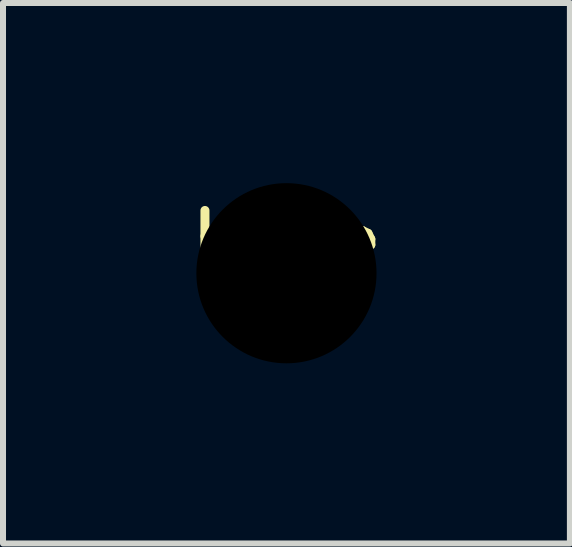
<source format=kicad_pcb>
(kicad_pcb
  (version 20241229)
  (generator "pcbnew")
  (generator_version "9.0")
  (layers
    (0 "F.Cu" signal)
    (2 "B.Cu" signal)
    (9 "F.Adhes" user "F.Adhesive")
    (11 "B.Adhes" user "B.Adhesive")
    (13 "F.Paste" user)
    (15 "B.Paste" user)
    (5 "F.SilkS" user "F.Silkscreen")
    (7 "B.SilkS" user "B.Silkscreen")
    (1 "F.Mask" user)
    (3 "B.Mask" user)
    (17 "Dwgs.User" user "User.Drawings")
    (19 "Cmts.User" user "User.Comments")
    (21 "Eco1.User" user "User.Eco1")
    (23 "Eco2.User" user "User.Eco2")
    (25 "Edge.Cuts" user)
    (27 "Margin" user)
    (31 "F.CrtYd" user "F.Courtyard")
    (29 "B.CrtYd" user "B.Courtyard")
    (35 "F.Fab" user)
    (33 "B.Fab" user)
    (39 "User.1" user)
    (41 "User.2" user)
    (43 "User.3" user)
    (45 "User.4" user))
  (footprint "hole"
    (layer "F.Cu")
    (at 1.72 1.5)
    (property "Reference" "hole" (at 0 -0.5 0) (unlocked yes) (layer "F.SilkS") (effects (font (size 1 1) (thickness 0.15))))
    (attr through_hole)
    (pad "" np_thru_hole circle (at 0 0) (size 3 3) (drill 3) (layers "*.Mask")))
  (gr_rect
    (start -3 -3)
    (end 6.44 6)
    (stroke (width 0.1) (type default))
    (fill no)
    (layer "Edge.Cuts")))
</source>
